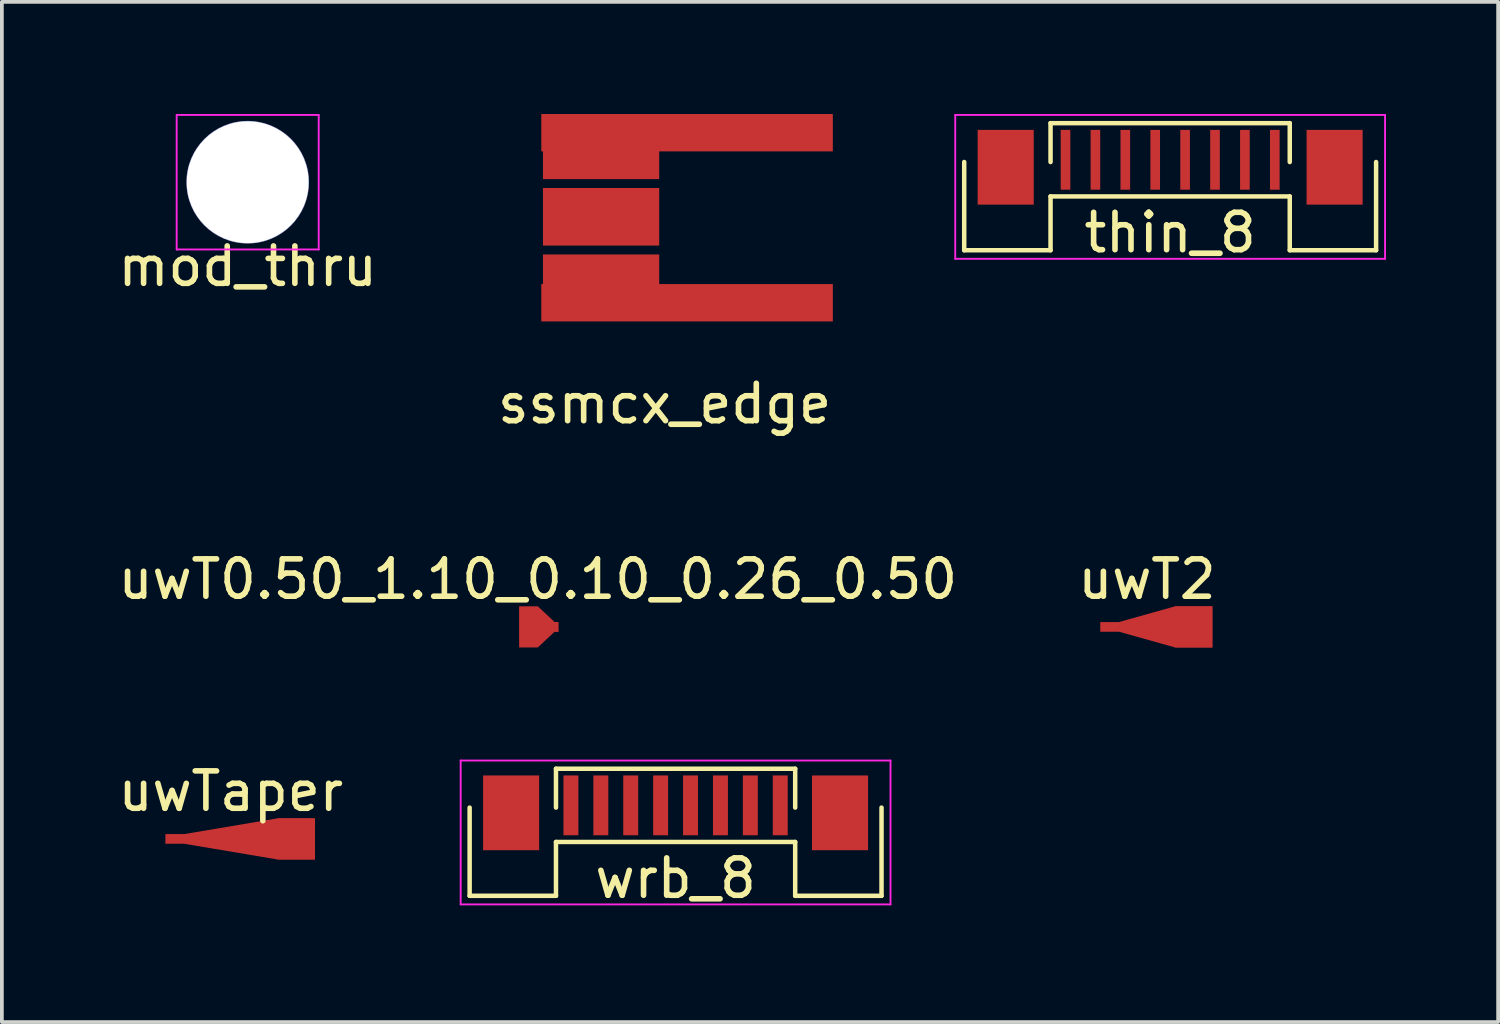
<source format=kicad_pcb>
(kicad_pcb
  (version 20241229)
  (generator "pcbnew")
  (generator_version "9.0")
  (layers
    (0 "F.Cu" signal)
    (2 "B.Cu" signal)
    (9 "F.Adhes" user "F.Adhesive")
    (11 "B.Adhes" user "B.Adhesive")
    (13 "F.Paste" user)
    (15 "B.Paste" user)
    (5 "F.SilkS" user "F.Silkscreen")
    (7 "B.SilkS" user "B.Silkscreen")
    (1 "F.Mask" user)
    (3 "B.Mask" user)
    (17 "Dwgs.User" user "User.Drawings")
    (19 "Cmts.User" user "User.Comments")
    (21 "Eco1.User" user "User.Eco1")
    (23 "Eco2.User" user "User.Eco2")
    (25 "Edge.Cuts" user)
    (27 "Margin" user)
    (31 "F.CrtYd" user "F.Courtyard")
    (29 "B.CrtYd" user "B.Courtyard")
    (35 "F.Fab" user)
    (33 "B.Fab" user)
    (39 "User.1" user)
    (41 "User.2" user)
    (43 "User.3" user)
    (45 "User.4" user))
  (footprint "mod_thru"
    (layer "F.Cu")
    (at 3.577 1.825)
    (property "Reference" "mod_thru" (at 0 2.25 0) (layer "F.SilkS") (effects (font (size 1 1) (thickness 0.15))))
    (attr through_hole)
    (fp_line (start -1.9 -1.8) (end -1.9 1.8) (stroke (width 0.05) (type solid)) (layer "F.CrtYd"))
    (fp_line (start -1.9 -1.8) (end 1.9 -1.8) (stroke (width 0.05) (type solid)) (layer "F.CrtYd"))
    (fp_line (start 1.9 1.8) (end -1.9 1.8) (stroke (width 0.05) (type solid)) (layer "F.CrtYd"))
    (fp_line (start 1.9 1.8) (end 1.9 -1.8) (stroke (width 0.05) (type solid)) (layer "F.CrtYd"))
    (fp_line (start -1.4 -0.25) (end 1.4 -0.25) (stroke (width 0.12) (type solid)) (layer "F.Fab"))
    (fp_line (start -1.4 0.25) (end -1.4 -0.25) (stroke (width 0.12) (type solid)) (layer "F.Fab"))
    (fp_line (start 1.4 -0.25) (end 1.4 0.25) (stroke (width 0.12) (type solid)) (layer "F.Fab"))
    (fp_line (start 1.4 0.25) (end -1.4 0.25) (stroke (width 0.12) (type solid)) (layer "F.Fab"))
    (pad "1" thru_hole circle (at 0 0) (size 3.28 3.28) (drill 3.26) (layers "*.Cu" "*.Mask")))
  (footprint "uwT2"
    (layer "F.Cu")
    (at 26.637 13.722)
    (property "Reference" "uwT2" (at 1 -1.275 0) (layer "F.SilkS") (effects (font (size 1 1) (thickness 0.15))))
    (attr exclude_from_pos_files exclude_from_bom)
    (pad "1" smd custom (at 0 0) (size 0.5 0.258) (layers "F.Cu") (options (anchor rect)) (primitives (gr_poly (pts (xy -0.25 -0.129) (xy 0.25 -0.129) (xy 1.75 -0.55) (xy 2.75 -0.55) (xy 2.75 0.55) (xy 1.75 0.55) (xy 0.25 0.129) (xy -0.25 0.129)) (width 0) (fill yes))))
    (pad "1" smd rect (at 2.25 0) (size 1 1.1) (layers "F.Cu")))
  (footprint "thin_8"
    (layer "F.Cu")
    (at 28.257 1.225)
    (property "Reference" "thin_8" (at 0 1.95 0) (layer "F.SilkS") (effects (font (size 1 1) (thickness 0.15))))
    (attr smd)
    (fp_line (start -5.51 2.42) (end -5.51 0.06) (stroke (width 0.12) (type solid)) (layer "F.SilkS"))
    (fp_line (start -3.2 -0.98) (end 3.2 -0.98) (stroke (width 0.12) (type solid)) (layer "F.SilkS"))
    (fp_line (start -3.2 0.06) (end -3.2 -0.98) (stroke (width 0.12) (type solid)) (layer "F.SilkS"))
    (fp_line (start -3.2 0.98) (end -3.2 2.42) (stroke (width 0.12) (type solid)) (layer "F.SilkS"))
    (fp_line (start -3.2 0.98) (end 3.2 0.98) (stroke (width 0.12) (type solid)) (layer "F.SilkS"))
    (fp_line (start -3.2 2.42) (end -5.51 2.42) (stroke (width 0.12) (type solid)) (layer "F.SilkS"))
    (fp_line (start 3.2 0.06) (end 3.2 -0.98) (stroke (width 0.12) (type solid)) (layer "F.SilkS"))
    (fp_line (start 3.2 0.98) (end 3.2 2.42) (stroke (width 0.12) (type solid)) (layer "F.SilkS"))
    (fp_line (start 3.2 2.42) (end 5.51 2.42) (stroke (width 0.12) (type solid)) (layer "F.SilkS"))
    (fp_line (start 5.51 2.42) (end 5.51 0.06) (stroke (width 0.12) (type solid)) (layer "F.SilkS"))
    (fp_line (start -5.75 -1.2) (end -5.75 2.65) (stroke (width 0.05) (type solid)) (layer "F.CrtYd"))
    (fp_line (start -5.75 -1.2) (end 5.75 -1.2) (stroke (width 0.05) (type solid)) (layer "F.CrtYd"))
    (fp_line (start -5.75 2.65) (end 5.75 2.65) (stroke (width 0.05) (type solid)) (layer "F.CrtYd"))
    (fp_line (start 5.75 -1.2) (end 5.75 2.65) (stroke (width 0.05) (type solid)) (layer "F.CrtYd"))
    (pad "0" smd rect (at -4.4 0.2) (size 1.5 2) (layers "F.Cu" "F.Mask"))
    (pad "0" smd rect (at 4.4 0.2) (size 1.5 2) (layers "F.Cu" "F.Mask"))
    (pad "1" smd rect (at -2.8 0) (size 0.258 1.6) (layers "F.Cu" "F.Mask"))
    (pad "2" smd rect (at -2 0) (size 0.258 1.6) (layers "F.Cu" "F.Mask"))
    (pad "3" smd rect (at -1.2 0) (size 0.258 1.6) (layers "F.Cu" "F.Mask"))
    (pad "4" smd rect (at -0.4 0) (size 0.258 1.6) (layers "F.Cu" "F.Mask"))
    (pad "5" smd rect (at 0.4 0) (size 0.258 1.6) (layers "F.Cu" "F.Mask"))
    (pad "6" smd rect (at 1.2 0) (size 0.258 1.6) (layers "F.Cu" "F.Mask"))
    (pad "7" smd rect (at 2 0) (size 0.258 1.6) (layers "F.Cu" "F.Mask"))
    (pad "8" smd rect (at 2.8 0) (size 0.258 1.6) (layers "F.Cu" "F.Mask")))
  (footprint "ssmcx_edge"
    (layer "F.Cu")
    (at 19.232 2.75)
    (property "Reference" "ssmcx_edge" (at -4.5 5 0) (layer "F.SilkS") (effects (font (size 1 1) (thickness 0.15))))
    (attr through_hole)
    (fp_line (start -4.5 -1.765) (end -4.5 1.765) (stroke (width 0.1) (type solid)) (layer "Margin"))
    (fp_line (start -4.5 -1.765) (end 0 -1.765) (stroke (width 0.1) (type solid)) (layer "Margin"))
    (fp_line (start -4.5 1.765) (end 0 1.765) (stroke (width 0.1) (type solid)) (layer "Margin"))
    (fp_line (start 0 -2.5) (end 0 -1.765) (stroke (width 0.1) (type solid)) (layer "Margin"))
    (fp_line (start 0 1.765) (end 0 2.5) (stroke (width 0.1) (type solid)) (layer "Margin"))
    (pad "1" smd rect (at -6.2 0 90) (size 1.54 3.11) (layers "F.Cu" "F.Mask" "F.Paste"))
    (pad "2" smd rect (at -6.2 -1.778 90) (size 1.54 3.11) (layers "F.Cu" "F.Mask" "F.Paste"))
    (pad "2" smd rect (at -6.2 1.778 90) (size 1.54 3.11) (layers "F.Cu" "F.Mask" "F.Paste"))
    (pad "2" smd rect (at -3.9 -2.25 90) (size 1 7.8) (layers "F.Cu" "F.Mask" "F.Paste"))
    (pad "2" smd rect (at -3.9 2.3 90) (size 1 7.8) (layers "F.Cu" "F.Mask" "F.Paste")))
  (footprint "uwTaper"
    (layer "F.Cu")
    (at 1.625 19.395)
    (property "Reference" "uwTaper" (at 1.5 -1.275 0) (layer "F.SilkS") (effects (font (size 1 1) (thickness 0.15))))
    (attr exclude_from_pos_files exclude_from_bom)
    (pad "1" smd custom (at 0 0) (size 0.5 0.258) (layers "F.Cu") (options (anchor rect)) (primitives (gr_poly (pts (xy -0.25 -0.129) (xy 0.25 -0.129) (xy 2.75 -0.55) (xy 3.75 -0.55) (xy 3.75 0.55) (xy 2.75 0.55) (xy 0.25 0.129) (xy -0.25 0.129)) (width 0) (fill yes))))
    (pad "1" smd rect (at 3.25 0) (size 1 1.1) (layers "F.Cu")))
  (footprint "wrb_8"
    (layer "F.Cu")
    (at 15.025 18.497)
    (property "Reference" "wrb_8" (at 0 1.95 0) (layer "F.SilkS") (effects (font (size 1 1) (thickness 0.15))))
    (attr smd)
    (fp_line (start -5.51 2.42) (end -5.51 0.06) (stroke (width 0.12) (type solid)) (layer "F.SilkS"))
    (fp_line (start -3.2 -0.98) (end 3.2 -0.98) (stroke (width 0.12) (type solid)) (layer "F.SilkS"))
    (fp_line (start -3.2 0.06) (end -3.2 -0.98) (stroke (width 0.12) (type solid)) (layer "F.SilkS"))
    (fp_line (start -3.2 0.98) (end -3.2 2.42) (stroke (width 0.12) (type solid)) (layer "F.SilkS"))
    (fp_line (start -3.2 0.98) (end 3.2 0.98) (stroke (width 0.12) (type solid)) (layer "F.SilkS"))
    (fp_line (start -3.2 2.42) (end -5.51 2.42) (stroke (width 0.12) (type solid)) (layer "F.SilkS"))
    (fp_line (start 3.2 0.06) (end 3.2 -0.98) (stroke (width 0.12) (type solid)) (layer "F.SilkS"))
    (fp_line (start 3.2 0.98) (end 3.2 2.42) (stroke (width 0.12) (type solid)) (layer "F.SilkS"))
    (fp_line (start 3.2 2.42) (end 5.51 2.42) (stroke (width 0.12) (type solid)) (layer "F.SilkS"))
    (fp_line (start 5.51 2.42) (end 5.51 0.06) (stroke (width 0.12) (type solid)) (layer "F.SilkS"))
    (fp_line (start -5.75 -1.2) (end -5.75 2.65) (stroke (width 0.05) (type solid)) (layer "F.CrtYd"))
    (fp_line (start -5.75 -1.2) (end 5.75 -1.2) (stroke (width 0.05) (type solid)) (layer "F.CrtYd"))
    (fp_line (start -5.75 2.65) (end 5.75 2.65) (stroke (width 0.05) (type solid)) (layer "F.CrtYd"))
    (fp_line (start 5.75 -1.2) (end 5.75 2.65) (stroke (width 0.05) (type solid)) (layer "F.CrtYd"))
    (pad "0" smd rect (at -4.4 0.2) (size 1.5 2) (layers "F.Cu" "F.Mask" "F.Paste"))
    (pad "0" smd rect (at 4.4 0.2) (size 1.5 2) (layers "F.Cu" "F.Mask" "F.Paste"))
    (pad "1" smd rect (at -2.8 0) (size 0.4 1.6) (layers "F.Cu" "F.Mask" "F.Paste"))
    (pad "2" smd rect (at -2 0) (size 0.4 1.6) (layers "F.Cu" "F.Mask" "F.Paste"))
    (pad "3" smd rect (at -1.2 0) (size 0.4 1.6) (layers "F.Cu" "F.Mask" "F.Paste"))
    (pad "4" smd rect (at -0.4 0) (size 0.4 1.6) (layers "F.Cu" "F.Mask" "F.Paste"))
    (pad "5" smd rect (at 0.4 0) (size 0.4 1.6) (layers "F.Cu" "F.Mask" "F.Paste"))
    (pad "6" smd rect (at 1.2 0) (size 0.4 1.6) (layers "F.Cu" "F.Mask" "F.Paste"))
    (pad "7" smd rect (at 2 0) (size 0.4 1.6) (layers "F.Cu" "F.Mask" "F.Paste"))
    (pad "8" smd rect (at 2.8 0) (size 0.4 1.6) (layers "F.Cu" "F.Mask" "F.Paste")))
  (footprint "uwT0.50_1.10_0.10_0.26_0.50"
    (layer "F.Cu")
    (at 11.089 13.722)
    (property "Reference" "uwT0.50_1.10_0.10_0.26_0.50" (at 0.25 -1.275 0) (layer "F.SilkS") (effects (font (size 1 1) (thickness 0.15))))
    (attr exclude_from_pos_files exclude_from_bom)
    (pad "1" smd custom (at 0 0) (size 0.5 1.1) (layers "F.Cu") (options (anchor rect)) (primitives (gr_poly (pts (xy -0.25 -0.55) (xy 0.25 -0.55) (xy 0.7 -0.129) (xy 0.8 -0.129) (xy 0.8 0.129) (xy 0.7 0.129) (xy 0.25 0.55) (xy -0.25 0.55)) (width 0) (fill yes))))
    (pad "1" smd rect (at 0.75 0) (size 0.1 0.258) (layers "F.Cu")))
  (gr_rect
    (start -3 -3)
    (end 37.032 24.295)
    (stroke (width 0.1) (type default))
    (fill no)
    (layer "Edge.Cuts")))
</source>
